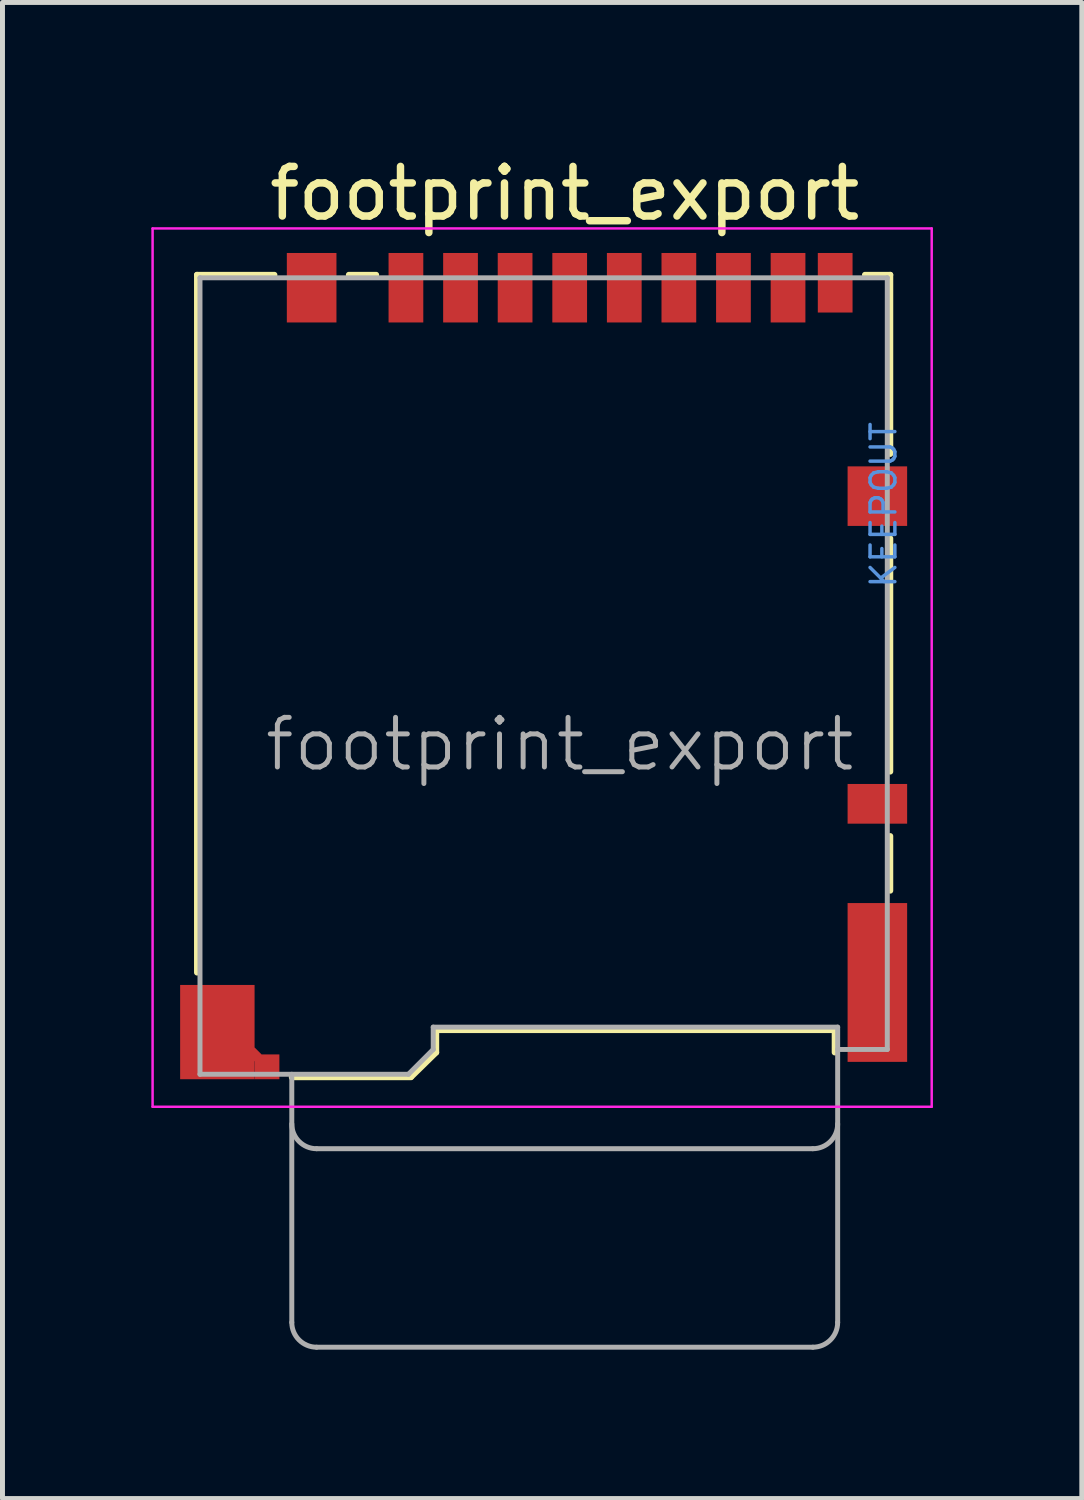
<source format=kicad_pcb>
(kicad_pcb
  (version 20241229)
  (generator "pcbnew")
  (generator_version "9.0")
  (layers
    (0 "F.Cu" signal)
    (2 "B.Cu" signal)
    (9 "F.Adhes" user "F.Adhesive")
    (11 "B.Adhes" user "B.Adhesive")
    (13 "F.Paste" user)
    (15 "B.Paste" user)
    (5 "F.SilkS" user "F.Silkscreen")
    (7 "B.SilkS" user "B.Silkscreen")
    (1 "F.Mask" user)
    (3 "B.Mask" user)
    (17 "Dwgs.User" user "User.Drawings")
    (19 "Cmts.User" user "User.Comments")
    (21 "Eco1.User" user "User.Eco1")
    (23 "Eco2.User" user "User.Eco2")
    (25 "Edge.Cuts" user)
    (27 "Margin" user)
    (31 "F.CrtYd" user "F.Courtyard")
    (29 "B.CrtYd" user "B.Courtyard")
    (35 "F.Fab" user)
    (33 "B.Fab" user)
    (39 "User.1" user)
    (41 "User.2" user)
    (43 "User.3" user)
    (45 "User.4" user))
  (footprint "footprint_export"
    (layer "F.Cu")
    (at 7.905 10.373)
    (property "Reference" "footprint_export" (at 0.425 -9.525 0) (layer "F.SilkS") (effects (font (size 1 1) (thickness 0.15))))
    (attr smd)
    (fp_line (start -6.985 -7.885) (end -6.985 6.175) (stroke (width 0.12) (type solid)) (layer "F.SilkS"))
    (fp_line (start -6.985 -7.885) (end -5.425 -7.885) (stroke (width 0.12) (type solid)) (layer "F.SilkS"))
    (fp_line (start -5.075 8.285) (end -2.675 8.285) (stroke (width 0.12) (type solid)) (layer "F.SilkS"))
    (fp_line (start -3.375 -7.885) (end -3.925 -7.885) (stroke (width 0.12) (type solid)) (layer "F.SilkS"))
    (fp_line (start -2.665 8.275) (end -2.165 7.785) (stroke (width 0.12) (type solid)) (layer "F.SilkS"))
    (fp_line (start -2.165 7.335) (end -2.165 7.785) (stroke (width 0.12) (type solid)) (layer "F.SilkS"))
    (fp_line (start 5.865 7.335) (end -2.165 7.335) (stroke (width 0.12) (type solid)) (layer "F.SilkS"))
    (fp_line (start 5.865 7.335) (end 5.865 7.785) (stroke (width 0.12) (type solid)) (layer "F.SilkS"))
    (fp_line (start 6.475 -7.885) (end 6.985 -7.885) (stroke (width 0.12) (type solid)) (layer "F.SilkS"))
    (fp_line (start 6.985 -7.885) (end 6.985 -4.275) (stroke (width 0.12) (type solid)) (layer "F.SilkS"))
    (fp_line (start 6.985 -2.575) (end 6.985 2.125) (stroke (width 0.12) (type solid)) (layer "F.SilkS"))
    (fp_line (start 6.985 3.425) (end 6.985 4.525) (stroke (width 0.12) (type solid)) (layer "F.SilkS"))
    (fp_line (start -7.88 -8.82) (end 7.82 -8.82) (stroke (width 0.05) (type solid)) (layer "F.CrtYd"))
    (fp_line (start -7.88 8.88) (end -7.88 -8.82) (stroke (width 0.05) (type solid)) (layer "F.CrtYd"))
    (fp_line (start 7.82 -8.82) (end 7.82 8.88) (stroke (width 0.05) (type solid)) (layer "F.CrtYd"))
    (fp_line (start 7.82 8.88) (end -7.88 8.88) (stroke (width 0.05) (type solid)) (layer "F.CrtYd"))
    (fp_line (start -6.925 -7.825) (end 6.925 -7.825) (stroke (width 0.1) (type solid)) (layer "F.Fab"))
    (fp_line (start -6.925 8.225) (end -6.925 -7.825) (stroke (width 0.1) (type solid)) (layer "F.Fab"))
    (fp_line (start -6.925 8.225) (end -2.725 8.225) (stroke (width 0.1) (type solid)) (layer "F.Fab"))
    (fp_line (start -5.075 8.225) (end -5.075 13.225) (stroke (width 0.1) (type solid)) (layer "F.Fab"))
    (fp_line (start -4.575 9.725) (end 5.425 9.725) (stroke (width 0.1) (type solid)) (layer "F.Fab"))
    (fp_line (start -4.575 13.725) (end 5.425 13.725) (stroke (width 0.1) (type solid)) (layer "F.Fab"))
    (fp_line (start -2.225 7.275) (end -2.225 7.725) (stroke (width 0.1) (type solid)) (layer "F.Fab"))
    (fp_line (start -2.225 7.275) (end 5.925 7.275) (stroke (width 0.1) (type solid)) (layer "F.Fab"))
    (fp_line (start -2.225 7.725) (end -2.725 8.225) (stroke (width 0.1) (type solid)) (layer "F.Fab"))
    (fp_line (start 5.925 13.225) (end 5.925 7.275) (stroke (width 0.1) (type solid)) (layer "F.Fab"))
    (fp_line (start 6.925 7.725) (end 5.925 7.725) (stroke (width 0.1) (type solid)) (layer "F.Fab"))
    (fp_line (start 6.925 7.725) (end 6.925 -7.825) (stroke (width 0.1) (type solid)) (layer "F.Fab"))
    (fp_arc (start -4.575 9.725) (mid -4.928553 9.578553) (end -5.075 9.225) (stroke (width 0.1) (type solid)) (layer "F.Fab"))
    (fp_arc (start -4.575 13.725) (mid -4.928553 13.578553) (end -5.075 13.225) (stroke (width 0.1) (type solid)) (layer "F.Fab"))
    (fp_arc (start 5.925 9.225) (mid 5.778553 9.578553) (end 5.425 9.725) (stroke (width 0.1) (type solid)) (layer "F.Fab"))
    (fp_arc (start 5.925 13.225) (mid 5.778553 13.578553) (end 5.425 13.725) (stroke (width 0.1) (type solid)) (layer "F.Fab"))
    (fp_text user "KEEPOUT" (at 6.85 -3.25 90) (layer "Cmts.User") (effects (font (size 0.5 0.5) (thickness 0.07))))
    (fp_text user "${REFERENCE}" (at 0.325 1.575 0) (layer "F.Fab") (effects (font (size 1 1) (thickness 0.1))))
    (pad "1" smd rect (at -2.775 -7.625) (size 0.7 1.4) (layers "F.Cu" "F.Mask" "F.Paste"))
    (pad "2" smd rect (at -1.675 -7.625) (size 0.7 1.4) (layers "F.Cu" "F.Mask" "F.Paste"))
    (pad "3" smd rect (at -0.575 -7.625) (size 0.7 1.4) (layers "F.Cu" "F.Mask" "F.Paste"))
    (pad "4" smd rect (at 0.525 -7.625) (size 0.7 1.4) (layers "F.Cu" "F.Mask" "F.Paste"))
    (pad "5" smd rect (at 1.625 -7.625) (size 0.7 1.4) (layers "F.Cu" "F.Mask" "F.Paste"))
    (pad "6" smd rect (at 2.725 -7.625) (size 0.7 1.4) (layers "F.Cu" "F.Mask" "F.Paste"))
    (pad "7" smd rect (at 3.825 -7.625) (size 0.7 1.4) (layers "F.Cu" "F.Mask" "F.Paste"))
    (pad "8" smd rect (at 4.925 -7.625) (size 0.7 1.4) (layers "F.Cu" "F.Mask" "F.Paste"))
    (pad "9" smd rect (at 5.875 -7.725) (size 0.7 1.2) (layers "F.Cu" "F.Mask" "F.Paste"))
    (pad "10" smd rect (at 6.725 2.775) (size 1.2 0.8) (layers "F.Cu" "F.Mask" "F.Paste"))
    (pad "11" smd rect (at -6.575 7.375) (size 1.5 1.9) (layers "F.Cu" "F.Mask" "F.Paste"))
    (pad "11" smd rect (at -5.825 7.825 45) (size 0.2 0.2) (layers "F.Cu" "F.Mask" "F.Paste"))
    (pad "11" smd rect (at -5.575 8.075) (size 0.5 0.5) (layers "F.Cu" "F.Mask" "F.Paste"))
    (pad "11" smd rect (at -4.675 -7.625) (size 1 1.4) (layers "F.Cu" "F.Mask" "F.Paste"))
    (pad "11" smd rect (at 6.725 -3.425) (size 1.2 1.2) (layers "F.Cu" "F.Mask" "F.Paste"))
    (pad "11" smd rect (at 6.725 6.375) (size 1.2 3.2) (layers "F.Cu" "F.Mask" "F.Paste"))
    (zone (net_name "") (layer "F.Cu") (hatch full 0.508) (connect_pads) (min_thickness 0.254) (filled_areas_thickness no) (keepout (tracks not_allowed) (vias not_allowed) (pads not_allowed) (copperpour not_allowed) (footprints not_allowed)) (placement (enabled no)) (fill) (polygon (pts (xy 14.38 6.348) (xy 15.13 6.348) (xy 15.13 3.098) (xy 14.38 3.098))))
    (zone (net_name "") (layer "F.Cu") (hatch full 0.508) (connect_pads) (min_thickness 0.254) (filled_areas_thickness no) (keepout (tracks not_allowed) (vias not_allowed) (pads not_allowed) (copperpour not_allowed) (footprints not_allowed)) (placement (enabled no)) (fill) (polygon (pts (xy 14.38 11.148) (xy 15.13 11.148) (xy 15.13 7.548) (xy 14.38 7.548)))))
  (gr_rect
    (start -3 -3)
    (end 18.75 27.148)
    (stroke (width 0.1) (type default))
    (fill no)
    (layer "Edge.Cuts")))
</source>
